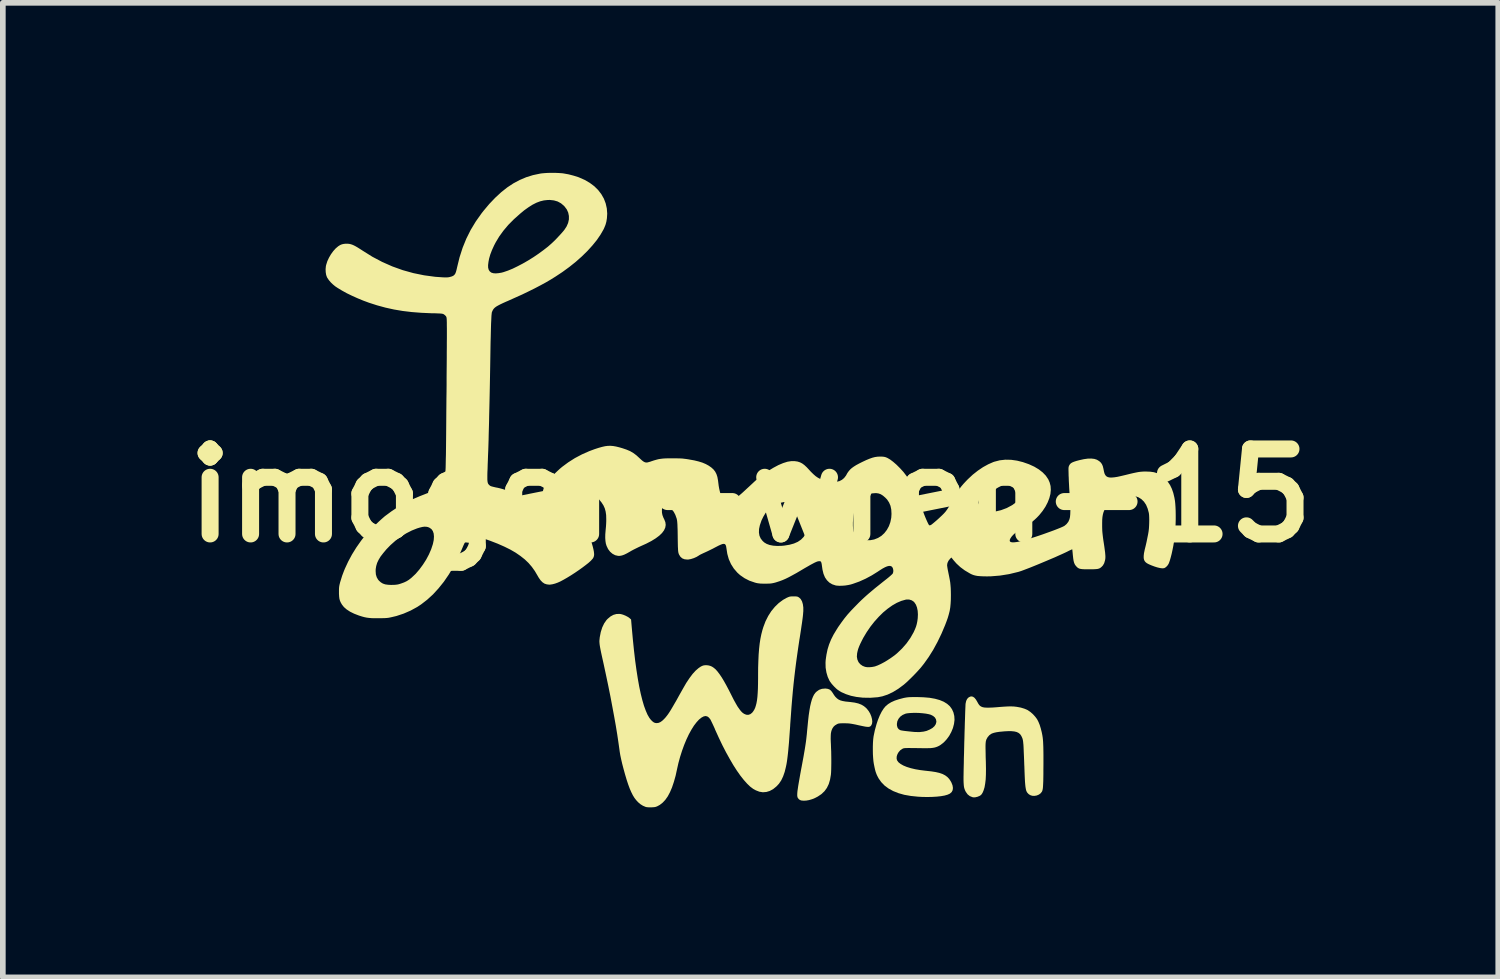
<source format=kicad_pcb>
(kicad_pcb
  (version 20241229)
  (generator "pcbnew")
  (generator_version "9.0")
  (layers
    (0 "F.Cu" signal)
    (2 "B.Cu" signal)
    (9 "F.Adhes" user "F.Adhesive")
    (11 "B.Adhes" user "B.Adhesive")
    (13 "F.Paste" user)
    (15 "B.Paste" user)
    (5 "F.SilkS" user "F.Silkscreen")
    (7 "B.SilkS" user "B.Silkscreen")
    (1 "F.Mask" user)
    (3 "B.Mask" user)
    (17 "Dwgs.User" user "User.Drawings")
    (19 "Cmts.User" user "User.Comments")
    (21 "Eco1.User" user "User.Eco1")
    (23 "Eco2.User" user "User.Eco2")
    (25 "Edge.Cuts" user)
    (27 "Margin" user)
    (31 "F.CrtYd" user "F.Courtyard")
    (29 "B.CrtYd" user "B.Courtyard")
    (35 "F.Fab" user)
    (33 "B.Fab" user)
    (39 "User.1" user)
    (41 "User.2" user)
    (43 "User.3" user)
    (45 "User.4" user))
  (footprint "imogen-wren-15"
    (layer "F.Cu")
    (at 10.193 5.693)
    (property "Reference" "imogen-wren-15" (at 0 0 0) (layer "F.SilkS") (effects (font (size 1.5 1.5) (thickness 0.3))))
    (attr board_only exclude_from_pos_files exclude_from_bom)
    (fp_poly (pts (xy 1.324 3.406) (xy 1.365 3.412) (xy 1.397 3.425) (xy 1.423 3.447) (xy 1.448 3.481) (xy 1.474 3.522) (xy 1.499 3.555) (xy 1.525 3.58) (xy 1.553 3.6) (xy 1.585 3.615) (xy 1.625 3.626) (xy 1.674 3.635) (xy 1.733 3.641) (xy 1.762 3.644) (xy 1.837 3.654) (xy 1.901 3.669) (xy 1.955 3.69) (xy 2.002 3.718) (xy 2.044 3.754) (xy 2.054 3.765) (xy 2.086 3.806) (xy 2.112 3.851) (xy 2.131 3.898) (xy 2.143 3.944) (xy 2.148 3.987) (xy 2.144 4.024) (xy 2.132 4.052) (xy 2.122 4.065) (xy 2.112 4.074) (xy 2.098 4.08) (xy 2.081 4.083) (xy 2.057 4.082) (xy 2.025 4.078) (xy 1.984 4.07) (xy 1.932 4.059) (xy 1.908 4.054) (xy 1.856 4.042) (xy 1.815 4.034) (xy 1.782 4.028) (xy 1.754 4.024) (xy 1.728 4.021) (xy 1.702 4.02) (xy 1.672 4.019) (xy 1.653 4.019) (xy 1.613 4.019) (xy 1.584 4.02) (xy 1.564 4.022) (xy 1.548 4.025) (xy 1.534 4.03) (xy 1.523 4.036) (xy 1.49 4.056) (xy 1.466 4.078) (xy 1.447 4.106) (xy 1.442 4.115) (xy 1.431 4.141) (xy 1.423 4.169) (xy 1.417 4.203) (xy 1.415 4.243) (xy 1.414 4.292) (xy 1.416 4.351) (xy 1.418 4.388) (xy 1.42 4.45) (xy 1.423 4.516) (xy 1.424 4.585) (xy 1.425 4.655) (xy 1.425 4.722) (xy 1.424 4.784) (xy 1.423 4.84) (xy 1.421 4.887) (xy 1.418 4.922) (xy 1.418 4.925) (xy 1.403 5.013) (xy 1.38 5.091) (xy 1.347 5.159) (xy 1.304 5.218) (xy 1.25 5.269) (xy 1.186 5.312) (xy 1.14 5.336) (xy 1.087 5.358) (xy 1.033 5.374) (xy 0.982 5.383) (xy 0.935 5.385) (xy 0.895 5.381) (xy 0.871 5.372) (xy 0.851 5.357) (xy 0.835 5.337) (xy 0.834 5.335) (xy 0.829 5.324) (xy 0.826 5.311) (xy 0.824 5.295) (xy 0.824 5.274) (xy 0.825 5.247) (xy 0.828 5.214) (xy 0.834 5.174) (xy 0.841 5.125) (xy 0.851 5.066) (xy 0.863 4.998) (xy 0.877 4.918) (xy 0.894 4.825) (xy 0.902 4.784) (xy 0.919 4.692) (xy 0.934 4.612) (xy 0.946 4.541) (xy 0.957 4.478) (xy 0.966 4.421) (xy 0.974 4.368) (xy 0.981 4.317) (xy 0.987 4.265) (xy 0.993 4.211) (xy 0.998 4.153) (xy 1.004 4.093) (xy 1.015 3.98) (xy 1.026 3.881) (xy 1.039 3.794) (xy 1.052 3.718) (xy 1.067 3.654) (xy 1.083 3.598) (xy 1.101 3.552) (xy 1.12 3.514) (xy 1.142 3.483) (xy 1.164 3.461) (xy 1.209 3.429) (xy 1.26 3.411) (xy 1.316 3.406)) (stroke (width 0) (type solid)) (fill yes) (layer "F.SilkS"))
    (fp_poly (pts (xy 3.051 3.56) (xy 3.158 3.569) (xy 3.254 3.586) (xy 3.337 3.609) (xy 3.409 3.639) (xy 3.469 3.676) (xy 3.517 3.719) (xy 3.554 3.77) (xy 3.58 3.828) (xy 3.595 3.891) (xy 3.599 3.959) (xy 3.59 4.03) (xy 3.571 4.103) (xy 3.542 4.173) (xy 3.505 4.241) (xy 3.46 4.302) (xy 3.41 4.356) (xy 3.354 4.4) (xy 3.32 4.42) (xy 3.294 4.432) (xy 3.269 4.441) (xy 3.243 4.448) (xy 3.213 4.453) (xy 3.177 4.457) (xy 3.134 4.458) (xy 3.081 4.459) (xy 3.016 4.458) (xy 3.015 4.458) (xy 2.942 4.457) (xy 2.881 4.456) (xy 2.832 4.456) (xy 2.792 4.455) (xy 2.761 4.456) (xy 2.738 4.456) (xy 2.72 4.458) (xy 2.707 4.459) (xy 2.697 4.462) (xy 2.689 4.465) (xy 2.681 4.469) (xy 2.678 4.47) (xy 2.643 4.494) (xy 2.614 4.526) (xy 2.593 4.562) (xy 2.58 4.599) (xy 2.577 4.637) (xy 2.584 4.67) (xy 2.587 4.675) (xy 2.61 4.707) (xy 2.647 4.736) (xy 2.696 4.764) (xy 2.756 4.789) (xy 2.827 4.811) (xy 2.907 4.83) (xy 2.996 4.845) (xy 3.092 4.857) (xy 3.103 4.858) (xy 3.192 4.868) (xy 3.268 4.88) (xy 3.333 4.895) (xy 3.388 4.914) (xy 3.434 4.938) (xy 3.473 4.967) (xy 3.505 5.001) (xy 3.532 5.042) (xy 3.545 5.066) (xy 3.564 5.115) (xy 3.571 5.16) (xy 3.566 5.199) (xy 3.549 5.232) (xy 3.52 5.258) (xy 3.516 5.261) (xy 3.476 5.279) (xy 3.424 5.294) (xy 3.361 5.305) (xy 3.288 5.313) (xy 3.206 5.318) (xy 3.116 5.32) (xy 3.021 5.318) (xy 2.952 5.314) (xy 2.827 5.301) (xy 2.713 5.281) (xy 2.61 5.252) (xy 2.517 5.215) (xy 2.435 5.17) (xy 2.365 5.118) (xy 2.306 5.057) (xy 2.258 4.989) (xy 2.243 4.96) (xy 2.228 4.93) (xy 2.217 4.902) (xy 2.207 4.874) (xy 2.198 4.841) (xy 2.189 4.802) (xy 2.179 4.753) (xy 2.175 4.733) (xy 2.168 4.686) (xy 2.163 4.629) (xy 2.159 4.565) (xy 2.158 4.497) (xy 2.158 4.429) (xy 2.16 4.364) (xy 2.164 4.305) (xy 2.17 4.256) (xy 2.172 4.244) (xy 2.193 4.143) (xy 2.219 4.049) (xy 2.224 4.031) (xy 2.582 4.031) (xy 2.584 4.063) (xy 2.595 4.099) (xy 2.616 4.125) (xy 2.644 4.141) (xy 2.661 4.145) (xy 2.69 4.15) (xy 2.728 4.155) (xy 2.772 4.16) (xy 2.819 4.165) (xy 2.868 4.17) (xy 2.906 4.173) (xy 2.983 4.174) (xy 3.053 4.166) (xy 3.107 4.153) (xy 3.163 4.129) (xy 3.21 4.102) (xy 3.245 4.07) (xy 3.268 4.035) (xy 3.278 3.998) (xy 3.279 3.988) (xy 3.272 3.95) (xy 3.253 3.917) (xy 3.222 3.89) (xy 3.181 3.869) (xy 3.147 3.859) (xy 3.095 3.849) (xy 3.037 3.842) (xy 2.976 3.837) (xy 2.915 3.835) (xy 2.856 3.836) (xy 2.803 3.839) (xy 2.759 3.844) (xy 2.733 3.85) (xy 2.683 3.872) (xy 2.642 3.902) (xy 2.611 3.94) (xy 2.59 3.983) (xy 2.582 4.031) (xy 2.224 4.031) (xy 2.247 3.962) (xy 2.279 3.883) (xy 2.313 3.815) (xy 2.349 3.759) (xy 2.383 3.718) (xy 2.427 3.681) (xy 2.48 3.648) (xy 2.544 3.619) (xy 2.62 3.594) (xy 2.704 3.572) (xy 2.73 3.567) (xy 2.754 3.563) (xy 2.779 3.56) (xy 2.807 3.558) (xy 2.841 3.557) (xy 2.884 3.556) (xy 2.931 3.556)) (stroke (width 0) (type solid)) (fill yes) (layer "F.SilkS"))
    (fp_poly (pts (xy 3.925 3.551) (xy 3.952 3.57) (xy 3.978 3.602) (xy 4.003 3.645) (xy 4.018 3.672) (xy 4.033 3.694) (xy 4.05 3.712) (xy 4.071 3.725) (xy 4.096 3.735) (xy 4.127 3.741) (xy 4.166 3.743) (xy 4.213 3.743) (xy 4.271 3.741) (xy 4.341 3.736) (xy 4.386 3.732) (xy 4.468 3.726) (xy 4.537 3.722) (xy 4.596 3.721) (xy 4.647 3.723) (xy 4.691 3.728) (xy 4.693 3.728) (xy 4.768 3.742) (xy 4.831 3.761) (xy 4.887 3.785) (xy 4.936 3.818) (xy 4.983 3.859) (xy 4.985 3.861) (xy 5.023 3.903) (xy 5.055 3.946) (xy 5.08 3.994) (xy 5.102 4.048) (xy 5.122 4.113) (xy 5.128 4.138) (xy 5.137 4.173) (xy 5.144 4.206) (xy 5.15 4.238) (xy 5.155 4.271) (xy 5.159 4.307) (xy 5.162 4.346) (xy 5.164 4.39) (xy 5.166 4.441) (xy 5.167 4.5) (xy 5.168 4.568) (xy 5.168 4.648) (xy 5.168 4.74) (xy 5.168 4.746) (xy 5.167 4.837) (xy 5.167 4.916) (xy 5.166 4.982) (xy 5.165 5.038) (xy 5.163 5.084) (xy 5.161 5.122) (xy 5.159 5.152) (xy 5.156 5.176) (xy 5.152 5.195) (xy 5.148 5.21) (xy 5.143 5.222) (xy 5.143 5.223) (xy 5.119 5.254) (xy 5.088 5.277) (xy 5.05 5.293) (xy 5.009 5.3) (xy 4.969 5.298) (xy 4.933 5.286) (xy 4.905 5.267) (xy 4.894 5.255) (xy 4.883 5.243) (xy 4.875 5.23) (xy 4.867 5.214) (xy 4.861 5.195) (xy 4.856 5.17) (xy 4.851 5.14) (xy 4.847 5.103) (xy 4.843 5.057) (xy 4.84 5.002) (xy 4.837 4.937) (xy 4.834 4.86) (xy 4.831 4.77) (xy 4.83 4.76) (xy 4.827 4.671) (xy 4.824 4.596) (xy 4.821 4.532) (xy 4.819 4.479) (xy 4.817 4.435) (xy 4.815 4.399) (xy 4.812 4.37) (xy 4.81 4.346) (xy 4.807 4.328) (xy 4.805 4.313) (xy 4.801 4.3) (xy 4.798 4.288) (xy 4.794 4.277) (xy 4.777 4.241) (xy 4.756 4.211) (xy 4.729 4.189) (xy 4.696 4.173) (xy 4.654 4.163) (xy 4.602 4.158) (xy 4.54 4.158) (xy 4.466 4.162) (xy 4.461 4.163) (xy 4.394 4.169) (xy 4.339 4.177) (xy 4.295 4.187) (xy 4.26 4.199) (xy 4.248 4.205) (xy 4.214 4.229) (xy 4.184 4.263) (xy 4.162 4.303) (xy 4.159 4.311) (xy 4.155 4.325) (xy 4.151 4.341) (xy 4.149 4.36) (xy 4.147 4.384) (xy 4.146 4.415) (xy 4.146 4.452) (xy 4.147 4.499) (xy 4.148 4.555) (xy 4.149 4.623) (xy 4.152 4.703) (xy 4.152 4.714) (xy 4.154 4.825) (xy 4.153 4.924) (xy 4.149 5.01) (xy 4.14 5.084) (xy 4.129 5.147) (xy 4.113 5.2) (xy 4.098 5.237) (xy 4.083 5.263) (xy 4.069 5.281) (xy 4.051 5.295) (xy 4.04 5.301) (xy 4.004 5.316) (xy 3.964 5.325) (xy 3.926 5.325) (xy 3.914 5.322) (xy 3.869 5.304) (xy 3.83 5.273) (xy 3.799 5.23) (xy 3.788 5.209) (xy 3.781 5.192) (xy 3.775 5.176) (xy 3.77 5.159) (xy 3.766 5.14) (xy 3.763 5.117) (xy 3.761 5.09) (xy 3.759 5.057) (xy 3.758 5.016) (xy 3.758 4.968) (xy 3.759 4.909) (xy 3.76 4.839) (xy 3.762 4.758) (xy 3.763 4.722) (xy 3.764 4.636) (xy 3.767 4.546) (xy 3.769 4.455) (xy 3.771 4.363) (xy 3.774 4.273) (xy 3.776 4.184) (xy 3.779 4.098) (xy 3.781 4.016) (xy 3.784 3.94) (xy 3.786 3.871) (xy 3.788 3.81) (xy 3.79 3.758) (xy 3.792 3.716) (xy 3.793 3.686) (xy 3.795 3.669) (xy 3.795 3.668) (xy 3.805 3.624) (xy 3.822 3.589) (xy 3.847 3.563) (xy 3.877 3.548) (xy 3.899 3.545)) (stroke (width 0) (type solid)) (fill yes) (layer "F.SilkS"))
    (fp_poly (pts (xy 0.791 1.78) (xy 0.813 1.782) (xy 0.829 1.785) (xy 0.843 1.792) (xy 0.855 1.799) (xy 0.885 1.827) (xy 0.908 1.867) (xy 0.923 1.917) (xy 0.931 1.976) (xy 0.931 2.044) (xy 0.93 2.05) (xy 0.928 2.076) (xy 0.926 2.102) (xy 0.923 2.131) (xy 0.919 2.164) (xy 0.914 2.201) (xy 0.908 2.246) (xy 0.9 2.298) (xy 0.891 2.36) (xy 0.88 2.432) (xy 0.867 2.516) (xy 0.863 2.538) (xy 0.842 2.678) (xy 0.823 2.811) (xy 0.805 2.94) (xy 0.789 3.065) (xy 0.774 3.191) (xy 0.76 3.317) (xy 0.747 3.447) (xy 0.735 3.582) (xy 0.723 3.725) (xy 0.712 3.878) (xy 0.7 4.042) (xy 0.699 4.068) (xy 0.691 4.178) (xy 0.684 4.275) (xy 0.678 4.36) (xy 0.671 4.435) (xy 0.665 4.501) (xy 0.659 4.559) (xy 0.653 4.611) (xy 0.647 4.658) (xy 0.641 4.7) (xy 0.634 4.741) (xy 0.626 4.779) (xy 0.625 4.785) (xy 0.602 4.878) (xy 0.574 4.958) (xy 0.541 5.027) (xy 0.501 5.086) (xy 0.456 5.134) (xy 0.398 5.181) (xy 0.339 5.213) (xy 0.279 5.231) (xy 0.217 5.236) (xy 0.155 5.226) (xy 0.093 5.202) (xy 0.046 5.176) (xy -0.006 5.137) (xy -0.061 5.084) (xy -0.119 5.019) (xy -0.179 4.943) (xy -0.241 4.855) (xy -0.304 4.757) (xy -0.367 4.649) (xy -0.432 4.532) (xy -0.497 4.406) (xy -0.561 4.272) (xy -0.625 4.131) (xy -0.63 4.117) (xy -0.649 4.075) (xy -0.668 4.034) (xy -0.685 3.999) (xy -0.699 3.97) (xy -0.708 3.952) (xy -0.709 3.951) (xy -0.735 3.918) (xy -0.763 3.898) (xy -0.794 3.891) (xy -0.827 3.898) (xy -0.865 3.918) (xy -0.906 3.951) (xy -0.907 3.951) (xy -0.952 4) (xy -0.999 4.061) (xy -1.044 4.133) (xy -1.089 4.215) (xy -1.132 4.306) (xy -1.172 4.403) (xy -1.209 4.505) (xy -1.243 4.612) (xy -1.273 4.722) (xy -1.295 4.82) (xy -1.322 4.944) (xy -1.353 5.054) (xy -1.386 5.152) (xy -1.422 5.236) (xy -1.461 5.309) (xy -1.504 5.37) (xy -1.551 5.42) (xy -1.601 5.459) (xy -1.643 5.482) (xy -1.665 5.491) (xy -1.686 5.497) (xy -1.713 5.5) (xy -1.748 5.502) (xy -1.752 5.502) (xy -1.795 5.502) (xy -1.83 5.499) (xy -1.85 5.495) (xy -1.899 5.474) (xy -1.944 5.446) (xy -1.986 5.41) (xy -2.018 5.375) (xy -2.048 5.336) (xy -2.077 5.289) (xy -2.104 5.235) (xy -2.132 5.171) (xy -2.159 5.098) (xy -2.187 5.013) (xy -2.215 4.918) (xy -2.242 4.82) (xy -2.265 4.732) (xy -2.283 4.654) (xy -2.298 4.583) (xy -2.309 4.517) (xy -2.313 4.486) (xy -2.331 4.358) (xy -2.352 4.217) (xy -2.377 4.064) (xy -2.406 3.901) (xy -2.438 3.729) (xy -2.472 3.548) (xy -2.51 3.359) (xy -2.551 3.164) (xy -2.594 2.964) (xy -2.623 2.834) (xy -2.637 2.769) (xy -2.648 2.715) (xy -2.656 2.672) (xy -2.662 2.635) (xy -2.665 2.605) (xy -2.667 2.577) (xy -2.666 2.552) (xy -2.663 2.525) (xy -2.661 2.503) (xy -2.643 2.41) (xy -2.617 2.328) (xy -2.583 2.257) (xy -2.542 2.198) (xy -2.521 2.176) (xy -2.471 2.134) (xy -2.42 2.106) (xy -2.367 2.091) (xy -2.311 2.089) (xy -2.285 2.093) (xy -2.249 2.103) (xy -2.207 2.12) (xy -2.167 2.141) (xy -2.134 2.164) (xy -2.13 2.168) (xy -2.108 2.187) (xy -2.096 2.327) (xy -2.077 2.536) (xy -2.057 2.731) (xy -2.036 2.912) (xy -2.013 3.079) (xy -1.989 3.233) (xy -1.964 3.373) (xy -1.937 3.5) (xy -1.909 3.612) (xy -1.88 3.711) (xy -1.849 3.796) (xy -1.818 3.867) (xy -1.785 3.924) (xy -1.757 3.96) (xy -1.728 3.988) (xy -1.703 4.006) (xy -1.677 4.014) (xy -1.657 4.016) (xy -1.624 4.012) (xy -1.593 3.999) (xy -1.561 3.977) (xy -1.541 3.959) (xy -1.52 3.938) (xy -1.499 3.915) (xy -1.479 3.89) (xy -1.457 3.861) (xy -1.434 3.827) (xy -1.408 3.786) (xy -1.379 3.737) (xy -1.346 3.68) (xy -1.307 3.613) (xy -1.264 3.535) (xy -1.237 3.487) (xy -1.21 3.439) (xy -1.185 3.395) (xy -1.162 3.355) (xy -1.144 3.324) (xy -1.133 3.305) (xy -1.076 3.22) (xy -1.022 3.148) (xy -0.969 3.09) (xy -0.917 3.045) (xy -0.877 3.018) (xy -0.85 3.005) (xy -0.828 2.998) (xy -0.804 2.995) (xy -0.783 2.994) (xy -0.748 2.997) (xy -0.714 3.005) (xy -0.681 3.019) (xy -0.649 3.04) (xy -0.616 3.068) (xy -0.583 3.105) (xy -0.548 3.151) (xy -0.51 3.207) (xy -0.47 3.273) (xy -0.427 3.35) (xy -0.38 3.439) (xy -0.334 3.53) (xy -0.295 3.607) (xy -0.259 3.672) (xy -0.228 3.725) (xy -0.198 3.768) (xy -0.171 3.803) (xy -0.146 3.829) (xy -0.12 3.848) (xy -0.114 3.852) (xy -0.076 3.868) (xy -0.039 3.87) (xy -0.004 3.858) (xy 0.028 3.833) (xy 0.049 3.806) (xy 0.067 3.777) (xy 0.082 3.744) (xy 0.094 3.706) (xy 0.105 3.663) (xy 0.114 3.613) (xy 0.121 3.555) (xy 0.126 3.488) (xy 0.13 3.411) (xy 0.132 3.322) (xy 0.133 3.222) (xy 0.133 3.17) (xy 0.134 3.036) (xy 0.138 2.914) (xy 0.143 2.804) (xy 0.151 2.704) (xy 0.161 2.613) (xy 0.174 2.528) (xy 0.19 2.45) (xy 0.209 2.376) (xy 0.226 2.321) (xy 0.264 2.22) (xy 0.312 2.125) (xy 0.367 2.039) (xy 0.43 1.963) (xy 0.498 1.897) (xy 0.572 1.842) (xy 0.636 1.806) (xy 0.663 1.794) (xy 0.684 1.786) (xy 0.705 1.782) (xy 0.729 1.78) (xy 0.759 1.78)) (stroke (width 0) (type solid)) (fill yes) (layer "F.SilkS"))
    (fp_poly (pts (xy -3.446 -5.693) (xy -3.381 -5.69) (xy -3.324 -5.686) (xy -3.301 -5.683) (xy -3.212 -5.667) (xy -3.123 -5.644) (xy -3.04 -5.618) (xy -3.025 -5.612) (xy -2.925 -5.568) (xy -2.836 -5.516) (xy -2.757 -5.457) (xy -2.689 -5.39) (xy -2.633 -5.317) (xy -2.588 -5.238) (xy -2.556 -5.154) (xy -2.536 -5.065) (xy -2.529 -4.973) (xy -2.534 -4.893) (xy -2.544 -4.831) (xy -2.56 -4.774) (xy -2.584 -4.716) (xy -2.594 -4.695) (xy -2.647 -4.603) (xy -2.712 -4.508) (xy -2.79 -4.412) (xy -2.878 -4.315) (xy -2.976 -4.219) (xy -3.083 -4.124) (xy -3.198 -4.032) (xy -3.32 -3.943) (xy -3.441 -3.863) (xy -3.526 -3.81) (xy -3.615 -3.758) (xy -3.709 -3.707) (xy -3.808 -3.655) (xy -3.915 -3.602) (xy -4.031 -3.546) (xy -4.158 -3.489) (xy -4.296 -3.427) (xy -4.307 -3.423) (xy -4.369 -3.395) (xy -4.419 -3.371) (xy -4.459 -3.35) (xy -4.491 -3.331) (xy -4.515 -3.312) (xy -4.533 -3.293) (xy -4.547 -3.272) (xy -4.558 -3.248) (xy -4.563 -3.236) (xy -4.566 -3.225) (xy -4.568 -3.205) (xy -4.571 -3.178) (xy -4.573 -3.141) (xy -4.575 -3.095) (xy -4.578 -3.039) (xy -4.58 -2.973) (xy -4.582 -2.895) (xy -4.584 -2.806) (xy -4.587 -2.704) (xy -4.589 -2.589) (xy -4.591 -2.461) (xy -4.591 -2.457) (xy -4.594 -2.272) (xy -4.597 -2.101) (xy -4.6 -1.941) (xy -4.603 -1.793) (xy -4.606 -1.655) (xy -4.609 -1.526) (xy -4.612 -1.405) (xy -4.614 -1.291) (xy -4.617 -1.184) (xy -4.62 -1.082) (xy -4.622 -0.984) (xy -4.625 -0.89) (xy -4.628 -0.798) (xy -4.632 -0.708) (xy -4.635 -0.618) (xy -4.638 -0.546) (xy -4.64 -0.471) (xy -4.643 -0.408) (xy -4.644 -0.356) (xy -4.644 -0.314) (xy -4.644 -0.281) (xy -4.642 -0.255) (xy -4.639 -0.235) (xy -4.635 -0.22) (xy -4.63 -0.208) (xy -4.623 -0.198) (xy -4.614 -0.188) (xy -4.604 -0.179) (xy -4.594 -0.171) (xy -4.579 -0.164) (xy -4.559 -0.158) (xy -4.531 -0.151) (xy -4.493 -0.142) (xy -4.465 -0.137) (xy -4.422 -0.127) (xy -4.382 -0.116) (xy -4.341 -0.104) (xy -4.299 -0.088) (xy -4.252 -0.069) (xy -4.199 -0.046) (xy -4.137 -0.017) (xy -4.079 0.011) (xy -4.007 0.045) (xy -3.946 0.073) (xy -3.896 0.096) (xy -3.855 0.114) (xy -3.821 0.127) (xy -3.795 0.135) (xy -3.774 0.139) (xy -3.757 0.14) (xy -3.744 0.137) (xy -3.733 0.131) (xy -3.728 0.128) (xy -3.719 0.115) (xy -3.708 0.09) (xy -3.696 0.055) (xy -3.684 0.012) (xy -3.672 -0.037) (xy -3.661 -0.088) (xy -3.644 -0.149) (xy -3.618 -0.204) (xy -3.587 -0.25) (xy -3.569 -0.271) (xy -3.543 -0.299) (xy -3.511 -0.332) (xy -3.474 -0.368) (xy -3.436 -0.405) (xy -3.398 -0.441) (xy -3.363 -0.473) (xy -3.332 -0.499) (xy -3.325 -0.505) (xy -3.217 -0.585) (xy -3.099 -0.66) (xy -2.974 -0.726) (xy -2.845 -0.783) (xy -2.751 -0.818) (xy -2.68 -0.841) (xy -2.619 -0.858) (xy -2.566 -0.87) (xy -2.518 -0.876) (xy -2.471 -0.877) (xy -2.423 -0.873) (xy -2.372 -0.864) (xy -2.315 -0.85) (xy -2.263 -0.835) (xy -2.189 -0.81) (xy -2.125 -0.783) (xy -2.069 -0.75) (xy -2.016 -0.711) (xy -1.982 -0.68) (xy -1.943 -0.644) (xy -1.913 -0.617) (xy -1.887 -0.598) (xy -1.865 -0.587) (xy -1.844 -0.582) (xy -1.821 -0.583) (xy -1.794 -0.59) (xy -1.76 -0.6) (xy -1.753 -0.603) (xy -1.705 -0.619) (xy -1.663 -0.631) (xy -1.624 -0.641) (xy -1.586 -0.647) (xy -1.545 -0.652) (xy -1.498 -0.655) (xy -1.444 -0.656) (xy -1.378 -0.656) (xy -1.376 -0.656) (xy -1.319 -0.656) (xy -1.273 -0.655) (xy -1.234 -0.654) (xy -1.2 -0.652) (xy -1.168 -0.648) (xy -1.135 -0.644) (xy -1.096 -0.638) (xy -1.086 -0.636) (xy -0.995 -0.62) (xy -0.917 -0.601) (xy -0.849 -0.58) (xy -0.79 -0.555) (xy -0.739 -0.527) (xy -0.693 -0.495) (xy -0.655 -0.461) (xy -0.625 -0.423) (xy -0.602 -0.379) (xy -0.585 -0.327) (xy -0.574 -0.266) (xy -0.568 -0.219) (xy -0.562 -0.171) (xy -0.553 -0.12) (xy -0.541 -0.068) (xy -0.528 -0.018) (xy -0.513 0.029) (xy -0.498 0.07) (xy -0.483 0.102) (xy -0.47 0.123) (xy -0.467 0.126) (xy -0.449 0.137) (xy -0.427 0.139) (xy -0.398 0.132) (xy -0.363 0.115) (xy -0.333 0.097) (xy -0.298 0.075) (xy -0.265 0.051) (xy -0.23 0.025) (xy -0.193 -0.006) (xy -0.151 -0.042) (xy -0.104 -0.085) (xy -0.049 -0.136) (xy -0.025 -0.158) (xy 0.031 -0.21) (xy 0.078 -0.254) (xy 0.119 -0.29) (xy 0.157 -0.322) (xy 0.192 -0.35) (xy 0.228 -0.377) (xy 0.265 -0.403) (xy 0.305 -0.43) (xy 0.402 -0.489) (xy 0.492 -0.537) (xy 0.575 -0.572) (xy 0.651 -0.596) (xy 0.721 -0.607) (xy 0.782 -0.606) (xy 0.83 -0.599) (xy 0.873 -0.585) (xy 0.912 -0.565) (xy 0.95 -0.537) (xy 0.991 -0.499) (xy 1.019 -0.469) (xy 1.067 -0.417) (xy 1.11 -0.375) (xy 1.149 -0.341) (xy 1.187 -0.315) (xy 1.226 -0.294) (xy 1.268 -0.276) (xy 1.316 -0.262) (xy 1.327 -0.259) (xy 1.375 -0.249) (xy 1.427 -0.243) (xy 1.479 -0.242) (xy 1.526 -0.245) (xy 1.565 -0.253) (xy 1.57 -0.255) (xy 1.613 -0.277) (xy 1.651 -0.309) (xy 1.683 -0.35) (xy 1.688 -0.359) (xy 1.709 -0.397) (xy 1.732 -0.429) (xy 1.757 -0.458) (xy 1.786 -0.484) (xy 1.822 -0.51) (xy 1.865 -0.537) (xy 1.919 -0.566) (xy 1.973 -0.593) (xy 2.041 -0.625) (xy 2.099 -0.649) (xy 2.15 -0.667) (xy 2.197 -0.679) (xy 2.242 -0.685) (xy 2.286 -0.687) (xy 2.303 -0.687) (xy 2.338 -0.685) (xy 2.364 -0.681) (xy 2.387 -0.675) (xy 2.412 -0.664) (xy 2.415 -0.663) (xy 2.463 -0.635) (xy 2.516 -0.595) (xy 2.576 -0.543) (xy 2.641 -0.478) (xy 2.642 -0.477) (xy 2.699 -0.414) (xy 2.751 -0.346) (xy 2.801 -0.272) (xy 2.848 -0.191) (xy 2.894 -0.101) (xy 2.938 -0.001) (xy 2.983 0.11) (xy 3.028 0.234) (xy 3.033 0.249) (xy 3.049 0.294) (xy 3.066 0.34) (xy 3.084 0.385) (xy 3.102 0.427) (xy 3.119 0.465) (xy 3.134 0.496) (xy 3.147 0.519) (xy 3.155 0.532) (xy 3.159 0.534) (xy 3.17 0.529) (xy 3.189 0.516) (xy 3.215 0.496) (xy 3.245 0.471) (xy 3.279 0.442) (xy 3.314 0.411) (xy 3.348 0.379) (xy 3.38 0.349) (xy 3.409 0.32) (xy 3.431 0.296) (xy 3.442 0.283) (xy 3.459 0.26) (xy 3.475 0.237) (xy 3.49 0.214) (xy 3.507 0.186) (xy 3.526 0.153) (xy 3.541 0.126) (xy 4.025 0.126) (xy 4.033 0.169) (xy 4.048 0.201) (xy 4.074 0.231) (xy 4.112 0.257) (xy 4.158 0.278) (xy 4.211 0.29) (xy 4.241 0.294) (xy 4.253 0.293) (xy 4.275 0.29) (xy 4.302 0.286) (xy 4.313 0.284) (xy 4.419 0.259) (xy 4.521 0.221) (xy 4.616 0.17) (xy 4.625 0.164) (xy 4.679 0.124) (xy 4.723 0.079) (xy 4.758 0.031) (xy 4.781 -0.018) (xy 4.792 -0.068) (xy 4.791 -0.117) (xy 4.79 -0.123) (xy 4.775 -0.171) (xy 4.753 -0.209) (xy 4.723 -0.238) (xy 4.684 -0.256) (xy 4.637 -0.265) (xy 4.581 -0.264) (xy 4.515 -0.254) (xy 4.438 -0.234) (xy 4.426 -0.231) (xy 4.349 -0.204) (xy 4.279 -0.172) (xy 4.215 -0.135) (xy 4.159 -0.095) (xy 4.112 -0.053) (xy 4.075 -0.008) (xy 4.047 0.037) (xy 4.031 0.082) (xy 4.025 0.126) (xy 3.541 0.126) (xy 3.55 0.111) (xy 3.571 0.071) (xy 3.611 0.001) (xy 3.647 -0.059) (xy 3.682 -0.112) (xy 3.719 -0.161) (xy 3.759 -0.208) (xy 3.804 -0.256) (xy 3.834 -0.287) (xy 3.921 -0.368) (xy 4.011 -0.439) (xy 4.103 -0.501) (xy 4.194 -0.551) (xy 4.283 -0.59) (xy 4.304 -0.597) (xy 4.397 -0.621) (xy 4.495 -0.632) (xy 4.598 -0.63) (xy 4.703 -0.615) (xy 4.806 -0.589) (xy 4.912 -0.552) (xy 5.006 -0.509) (xy 5.086 -0.461) (xy 5.154 -0.408) (xy 5.21 -0.35) (xy 5.253 -0.286) (xy 5.278 -0.229) (xy 5.294 -0.167) (xy 5.298 -0.099) (xy 5.291 -0.027) (xy 5.272 0.047) (xy 5.242 0.123) (xy 5.203 0.198) (xy 5.153 0.273) (xy 5.094 0.346) (xy 5.052 0.39) (xy 5.019 0.421) (xy 4.987 0.449) (xy 4.952 0.476) (xy 4.912 0.504) (xy 4.865 0.534) (xy 4.82 0.562) (xy 4.75 0.605) (xy 4.694 0.644) (xy 4.649 0.68) (xy 4.616 0.714) (xy 4.606 0.726) (xy 4.584 0.759) (xy 4.573 0.786) (xy 4.575 0.806) (xy 4.588 0.82) (xy 4.614 0.826) (xy 4.652 0.826) (xy 4.703 0.82) (xy 4.766 0.807) (xy 4.788 0.801) (xy 4.837 0.788) (xy 4.894 0.771) (xy 4.957 0.751) (xy 5.024 0.73) (xy 5.093 0.707) (xy 5.163 0.683) (xy 5.232 0.658) (xy 5.299 0.634) (xy 5.361 0.611) (xy 5.417 0.589) (xy 5.465 0.57) (xy 5.504 0.553) (xy 5.532 0.539) (xy 5.539 0.535) (xy 5.576 0.504) (xy 5.607 0.464) (xy 5.627 0.419) (xy 5.636 0.382) (xy 5.641 0.332) (xy 5.643 0.271) (xy 5.643 0.201) (xy 5.639 0.122) (xy 5.638 0.113) (xy 5.633 0.033) (xy 5.629 -0.035) (xy 5.625 -0.093) (xy 5.622 -0.142) (xy 5.62 -0.184) (xy 5.618 -0.221) (xy 5.616 -0.255) (xy 5.615 -0.287) (xy 5.614 -0.32) (xy 5.612 -0.354) (xy 5.612 -0.365) (xy 5.611 -0.412) (xy 5.61 -0.448) (xy 5.61 -0.474) (xy 5.611 -0.492) (xy 5.613 -0.506) (xy 5.617 -0.517) (xy 5.622 -0.528) (xy 5.624 -0.534) (xy 5.637 -0.553) (xy 5.653 -0.569) (xy 5.676 -0.583) (xy 5.707 -0.596) (xy 5.747 -0.609) (xy 5.799 -0.623) (xy 5.88 -0.641) (xy 5.951 -0.651) (xy 6.013 -0.652) (xy 6.066 -0.646) (xy 6.112 -0.631) (xy 6.151 -0.607) (xy 6.155 -0.604) (xy 6.181 -0.58) (xy 6.2 -0.553) (xy 6.215 -0.519) (xy 6.226 -0.475) (xy 6.23 -0.454) (xy 6.238 -0.415) (xy 6.248 -0.382) (xy 6.262 -0.357) (xy 6.28 -0.338) (xy 6.304 -0.325) (xy 6.334 -0.318) (xy 6.372 -0.317) (xy 6.419 -0.321) (xy 6.476 -0.33) (xy 6.543 -0.345) (xy 6.623 -0.364) (xy 6.627 -0.365) (xy 6.695 -0.382) (xy 6.751 -0.395) (xy 6.798 -0.405) (xy 6.839 -0.413) (xy 6.874 -0.418) (xy 6.908 -0.421) (xy 6.941 -0.423) (xy 6.976 -0.423) (xy 6.978 -0.423) (xy 7.053 -0.42) (xy 7.117 -0.411) (xy 7.173 -0.394) (xy 7.225 -0.369) (xy 7.273 -0.335) (xy 7.316 -0.296) (xy 7.363 -0.242) (xy 7.402 -0.184) (xy 7.433 -0.12) (xy 7.459 -0.046) (xy 7.479 0.038) (xy 7.489 0.096) (xy 7.494 0.145) (xy 7.498 0.204) (xy 7.501 0.272) (xy 7.502 0.345) (xy 7.502 0.422) (xy 7.5 0.498) (xy 7.497 0.572) (xy 7.493 0.641) (xy 7.488 0.702) (xy 7.485 0.727) (xy 7.473 0.807) (xy 7.46 0.886) (xy 7.445 0.961) (xy 7.43 1.03) (xy 7.414 1.092) (xy 7.399 1.145) (xy 7.384 1.187) (xy 7.375 1.208) (xy 7.354 1.239) (xy 7.329 1.264) (xy 7.303 1.28) (xy 7.297 1.282) (xy 7.266 1.285) (xy 7.226 1.28) (xy 7.175 1.268) (xy 7.128 1.253) (xy 7.072 1.232) (xy 7.028 1.213) (xy 6.994 1.195) (xy 6.97 1.176) (xy 6.953 1.155) (xy 6.944 1.135) (xy 6.937 1.105) (xy 6.937 1.065) (xy 6.942 1.018) (xy 6.953 0.966) (xy 6.953 0.963) (xy 6.971 0.891) (xy 6.988 0.817) (xy 7.002 0.747) (xy 7.015 0.683) (xy 7.024 0.629) (xy 7.024 0.628) (xy 7.029 0.586) (xy 7.032 0.537) (xy 7.034 0.485) (xy 7.035 0.432) (xy 7.034 0.383) (xy 7.032 0.341) (xy 7.028 0.31) (xy 7.028 0.309) (xy 7.007 0.231) (xy 6.979 0.164) (xy 6.942 0.109) (xy 6.896 0.064) (xy 6.843 0.031) (xy 6.781 0.01) (xy 6.711 -0.000381) (xy 6.683 -0.001) (xy 6.602 0.004) (xy 6.524 0.021) (xy 6.452 0.048) (xy 6.387 0.085) (xy 6.331 0.13) (xy 6.285 0.184) (xy 6.259 0.225) (xy 6.24 0.264) (xy 6.226 0.3) (xy 6.216 0.338) (xy 6.209 0.38) (xy 6.205 0.428) (xy 6.204 0.487) (xy 6.204 0.512) (xy 6.204 0.553) (xy 6.205 0.589) (xy 6.206 0.623) (xy 6.209 0.657) (xy 6.213 0.694) (xy 6.218 0.737) (xy 6.225 0.789) (xy 6.233 0.84) (xy 6.243 0.906) (xy 6.25 0.96) (xy 6.256 1.004) (xy 6.259 1.039) (xy 6.261 1.068) (xy 6.261 1.092) (xy 6.26 1.112) (xy 6.257 1.132) (xy 6.254 1.146) (xy 6.24 1.194) (xy 6.218 1.233) (xy 6.198 1.255) (xy 6.181 1.27) (xy 6.164 1.282) (xy 6.145 1.29) (xy 6.121 1.296) (xy 6.092 1.299) (xy 6.053 1.301) (xy 6.003 1.302) (xy 5.988 1.302) (xy 5.931 1.302) (xy 5.886 1.301) (xy 5.85 1.299) (xy 5.823 1.295) (xy 5.802 1.29) (xy 5.785 1.282) (xy 5.77 1.272) (xy 5.762 1.265) (xy 5.741 1.243) (xy 5.723 1.218) (xy 5.71 1.189) (xy 5.7 1.153) (xy 5.693 1.108) (xy 5.687 1.052) (xy 5.686 1.043) (xy 5.683 1.008) (xy 5.68 0.98) (xy 5.678 0.959) (xy 5.676 0.95) (xy 5.676 0.949) (xy 5.67 0.951) (xy 5.653 0.959) (xy 5.628 0.97) (xy 5.598 0.985) (xy 5.591 0.989) (xy 5.547 1.01) (xy 5.495 1.034) (xy 5.434 1.061) (xy 5.368 1.091) (xy 5.297 1.121) (xy 5.224 1.152) (xy 5.15 1.183) (xy 5.076 1.214) (xy 5.005 1.243) (xy 4.938 1.27) (xy 4.876 1.294) (xy 4.821 1.315) (xy 4.775 1.332) (xy 4.74 1.343) (xy 4.728 1.347) (xy 4.563 1.387) (xy 4.4 1.413) (xy 4.239 1.426) (xy 4.17 1.427) (xy 4.103 1.426) (xy 4.047 1.423) (xy 4.001 1.419) (xy 3.961 1.411) (xy 3.926 1.401) (xy 3.893 1.387) (xy 3.87 1.375) (xy 3.779 1.321) (xy 3.701 1.263) (xy 3.632 1.199) (xy 3.582 1.142) (xy 3.544 1.094) (xy 3.52 1.117) (xy 3.492 1.152) (xy 3.474 1.191) (xy 3.468 1.229) (xy 3.47 1.248) (xy 3.474 1.276) (xy 3.48 1.311) (xy 3.488 1.349) (xy 3.489 1.355) (xy 3.503 1.423) (xy 3.514 1.48) (xy 3.523 1.532) (xy 3.528 1.581) (xy 3.532 1.631) (xy 3.534 1.685) (xy 3.535 1.749) (xy 3.535 1.762) (xy 3.534 1.841) (xy 3.53 1.91) (xy 3.524 1.973) (xy 3.514 2.034) (xy 3.499 2.094) (xy 3.48 2.159) (xy 3.455 2.229) (xy 3.432 2.289) (xy 3.369 2.438) (xy 3.299 2.583) (xy 3.224 2.721) (xy 3.144 2.849) (xy 3.06 2.967) (xy 3.006 3.035) (xy 2.975 3.07) (xy 2.939 3.11) (xy 2.897 3.154) (xy 2.854 3.198) (xy 2.81 3.241) (xy 2.769 3.281) (xy 2.732 3.314) (xy 2.703 3.339) (xy 2.606 3.411) (xy 2.511 3.469) (xy 2.418 3.513) (xy 2.327 3.543) (xy 2.246 3.559) (xy 2.113 3.569) (xy 1.983 3.567) (xy 1.973 3.566) (xy 1.868 3.554) (xy 1.772 3.534) (xy 1.683 3.505) (xy 1.604 3.47) (xy 1.57 3.45) (xy 1.54 3.43) (xy 1.511 3.406) (xy 1.481 3.377) (xy 1.454 3.348) (xy 1.428 3.318) (xy 1.407 3.289) (xy 1.395 3.272) (xy 1.362 3.201) (xy 1.339 3.123) (xy 1.325 3.038) (xy 1.323 2.95) (xy 1.326 2.902) (xy 1.334 2.844) (xy 1.876 2.844) (xy 1.885 2.895) (xy 1.905 2.94) (xy 1.936 2.977) (xy 1.977 3.006) (xy 2.02 3.023) (xy 2.054 3.029) (xy 2.096 3.03) (xy 2.142 3.026) (xy 2.185 3.018) (xy 2.197 3.015) (xy 2.246 2.997) (xy 2.302 2.971) (xy 2.362 2.939) (xy 2.424 2.901) (xy 2.486 2.86) (xy 2.544 2.818) (xy 2.584 2.785) (xy 2.671 2.702) (xy 2.751 2.611) (xy 2.82 2.514) (xy 2.877 2.414) (xy 2.878 2.412) (xy 2.902 2.359) (xy 2.92 2.313) (xy 2.933 2.268) (xy 2.943 2.218) (xy 2.95 2.166) (xy 2.953 2.098) (xy 2.949 2.034) (xy 2.937 1.976) (xy 2.918 1.926) (xy 2.892 1.887) (xy 2.878 1.872) (xy 2.843 1.849) (xy 2.8 1.836) (xy 2.754 1.835) (xy 2.736 1.838) (xy 2.659 1.86) (xy 2.58 1.894) (xy 2.5 1.94) (xy 2.42 1.997) (xy 2.34 2.063) (xy 2.263 2.139) (xy 2.188 2.222) (xy 2.117 2.312) (xy 2.051 2.408) (xy 1.991 2.508) (xy 1.964 2.56) (xy 1.936 2.617) (xy 1.915 2.665) (xy 1.899 2.708) (xy 1.888 2.749) (xy 1.88 2.787) (xy 1.876 2.844) (xy 1.334 2.844) (xy 1.34 2.805) (xy 1.359 2.714) (xy 1.386 2.627) (xy 1.421 2.541) (xy 1.465 2.454) (xy 1.52 2.363) (xy 1.545 2.323) (xy 1.602 2.242) (xy 1.656 2.169) (xy 1.712 2.1) (xy 1.774 2.031) (xy 1.822 1.981) (xy 1.869 1.933) (xy 1.913 1.888) (xy 1.955 1.847) (xy 1.998 1.807) (xy 2.042 1.767) (xy 2.089 1.726) (xy 2.14 1.683) (xy 2.196 1.636) (xy 2.26 1.585) (xy 2.332 1.527) (xy 2.407 1.468) (xy 2.439 1.442) (xy 2.467 1.418) (xy 2.49 1.397) (xy 2.505 1.382) (xy 2.51 1.375) (xy 2.518 1.349) (xy 2.519 1.318) (xy 2.513 1.289) (xy 2.501 1.264) (xy 2.486 1.25) (xy 2.465 1.243) (xy 2.44 1.243) (xy 2.41 1.25) (xy 2.374 1.265) (xy 2.331 1.288) (xy 2.28 1.32) (xy 2.244 1.344) (xy 2.14 1.409) (xy 2.03 1.468) (xy 1.919 1.518) (xy 1.81 1.557) (xy 1.768 1.57) (xy 1.721 1.58) (xy 1.669 1.588) (xy 1.616 1.592) (xy 1.566 1.593) (xy 1.523 1.59) (xy 1.502 1.587) (xy 1.442 1.567) (xy 1.39 1.536) (xy 1.348 1.495) (xy 1.313 1.444) (xy 1.287 1.381) (xy 1.269 1.307) (xy 1.26 1.243) (xy 1.256 1.214) (xy 1.251 1.19) (xy 1.245 1.174) (xy 1.245 1.173) (xy 1.237 1.163) (xy 1.226 1.159) (xy 1.207 1.159) (xy 1.2 1.16) (xy 1.187 1.162) (xy 1.171 1.167) (xy 1.152 1.175) (xy 1.128 1.186) (xy 1.098 1.202) (xy 1.06 1.222) (xy 1.015 1.248) (xy 0.959 1.28) (xy 0.893 1.319) (xy 0.89 1.321) (xy 0.81 1.368) (xy 0.739 1.407) (xy 0.676 1.441) (xy 0.619 1.469) (xy 0.566 1.492) (xy 0.515 1.511) (xy 0.466 1.527) (xy 0.437 1.536) (xy 0.409 1.543) (xy 0.385 1.548) (xy 0.36 1.552) (xy 0.332 1.554) (xy 0.297 1.555) (xy 0.256 1.555) (xy 0.212 1.555) (xy 0.177 1.554) (xy 0.15 1.551) (xy 0.126 1.548) (xy 0.101 1.543) (xy 0.076 1.536) (xy -0.02 1.503) (xy -0.106 1.459) (xy -0.184 1.405) (xy -0.232 1.362) (xy -0.295 1.289) (xy -0.345 1.21) (xy -0.384 1.123) (xy -0.41 1.03) (xy -0.421 0.96) (xy -0.427 0.921) (xy -0.432 0.893) (xy -0.439 0.874) (xy -0.448 0.862) (xy -0.457 0.856) (xy -0.472 0.853) (xy -0.495 0.856) (xy -0.525 0.867) (xy -0.565 0.885) (xy -0.615 0.911) (xy -0.625 0.916) (xy -0.664 0.937) (xy -0.711 0.96) (xy -0.758 0.983) (xy -0.797 1.001) (xy -0.832 1.017) (xy -0.864 1.032) (xy -0.89 1.045) (xy -0.907 1.055) (xy -0.909 1.057) (xy -0.952 1.083) (xy -1.001 1.105) (xy -1.052 1.121) (xy -1.1 1.13) (xy -1.116 1.13) (xy -1.165 1.125) (xy -1.205 1.109) (xy -1.237 1.081) (xy -1.261 1.043) (xy -1.265 1.033) (xy -1.269 1.023) (xy -1.272 1.012) (xy -1.275 0.999) (xy -1.277 0.983) (xy -1.279 0.963) (xy -1.28 0.936) (xy -1.282 0.902) (xy -1.283 0.859) (xy -1.284 0.804) (xy -1.285 0.738) (xy -1.285 0.727) (xy -1.286 0.657) (xy -1.286 0.653) (xy 0.148 0.653) (xy 0.157 0.708) (xy 0.179 0.758) (xy 0.213 0.802) (xy 0.243 0.829) (xy 0.285 0.854) (xy 0.337 0.873) (xy 0.4 0.885) (xy 0.471 0.89) (xy 0.549 0.888) (xy 0.594 0.884) (xy 0.686 0.869) (xy 0.766 0.847) (xy 0.834 0.817) (xy 0.891 0.778) (xy 0.936 0.732) (xy 0.968 0.682) (xy 0.996 0.614) (xy 1.012 0.543) (xy 1.013 0.533) (xy 1.806 0.533) (xy 1.809 0.583) (xy 1.815 0.623) (xy 1.823 0.647) (xy 1.852 0.693) (xy 1.89 0.731) (xy 1.937 0.76) (xy 1.991 0.78) (xy 2.051 0.789) (xy 2.114 0.788) (xy 2.18 0.776) (xy 2.183 0.775) (xy 2.249 0.749) (xy 2.309 0.712) (xy 2.361 0.664) (xy 2.405 0.607) (xy 2.441 0.542) (xy 2.467 0.47) (xy 2.483 0.392) (xy 2.487 0.323) (xy 2.483 0.247) (xy 2.469 0.181) (xy 2.444 0.123) (xy 2.409 0.07) (xy 2.377 0.037) (xy 2.336 0.002) (xy 2.298 -0.022) (xy 2.26 -0.036) (xy 2.219 -0.042) (xy 2.202 -0.042) (xy 2.128 -0.036) (xy 2.06 -0.017) (xy 1.999 0.014) (xy 1.946 0.055) (xy 1.901 0.108) (xy 1.865 0.17) (xy 1.84 0.239) (xy 1.827 0.296) (xy 1.817 0.356) (xy 1.81 0.418) (xy 1.806 0.477) (xy 1.806 0.533) (xy 1.013 0.533) (xy 1.018 0.471) (xy 1.013 0.399) (xy 0.997 0.332) (xy 0.974 0.279) (xy 0.94 0.23) (xy 0.897 0.188) (xy 0.845 0.156) (xy 0.787 0.132) (xy 0.723 0.118) (xy 0.657 0.112) (xy 0.589 0.116) (xy 0.521 0.13) (xy 0.455 0.152) (xy 0.392 0.185) (xy 0.346 0.217) (xy 0.303 0.258) (xy 0.263 0.311) (xy 0.226 0.373) (xy 0.193 0.441) (xy 0.168 0.514) (xy 0.165 0.522) (xy 0.15 0.591) (xy 0.148 0.653) (xy -1.286 0.653) (xy -1.287 0.6) (xy -1.289 0.554) (xy -1.29 0.516) (xy -1.292 0.487) (xy -1.294 0.463) (xy -1.296 0.444) (xy -1.299 0.428) (xy -1.302 0.413) (xy -1.304 0.406) (xy -1.327 0.341) (xy -1.355 0.288) (xy -1.39 0.245) (xy -1.433 0.212) (xy -1.453 0.202) (xy -1.483 0.188) (xy -1.506 0.184) (xy -1.524 0.187) (xy -1.542 0.199) (xy -1.553 0.21) (xy -1.559 0.224) (xy -1.563 0.244) (xy -1.564 0.262) (xy -1.563 0.303) (xy -1.555 0.344) (xy -1.538 0.39) (xy -1.522 0.422) (xy -1.503 0.471) (xy -1.497 0.519) (xy -1.505 0.567) (xy -1.527 0.615) (xy -1.562 0.662) (xy -1.611 0.709) (xy -1.674 0.756) (xy -1.75 0.803) (xy -1.841 0.85) (xy -1.923 0.887) (xy -1.969 0.908) (xy -2.018 0.932) (xy -2.066 0.956) (xy -2.107 0.978) (xy -2.127 0.99) (xy -2.182 1.021) (xy -2.229 1.044) (xy -2.269 1.058) (xy -2.306 1.065) (xy -2.337 1.065) (xy -2.389 1.053) (xy -2.436 1.028) (xy -2.478 0.992) (xy -2.513 0.946) (xy -2.54 0.89) (xy -2.553 0.848) (xy -2.56 0.804) (xy -2.564 0.749) (xy -2.563 0.685) (xy -2.557 0.612) (xy -2.555 0.59) (xy -2.551 0.549) (xy -2.548 0.501) (xy -2.546 0.452) (xy -2.546 0.414) (xy -2.548 0.344) (xy -2.557 0.282) (xy -2.572 0.227) (xy -2.596 0.174) (xy -2.629 0.123) (xy -2.672 0.07) (xy -2.717 0.022) (xy -2.762 -0.019) (xy -2.803 -0.048) (xy -2.84 -0.065) (xy -2.872 -0.07) (xy -2.899 -0.063) (xy -2.921 -0.044) (xy -2.932 -0.023) (xy -2.937 -0.005) (xy -2.941 0.025) (xy -2.944 0.064) (xy -2.946 0.109) (xy -2.947 0.158) (xy -2.947 0.207) (xy -2.947 0.255) (xy -2.945 0.298) (xy -2.942 0.335) (xy -2.939 0.355) (xy -2.935 0.375) (xy -2.926 0.408) (xy -2.915 0.45) (xy -2.901 0.5) (xy -2.885 0.555) (xy -2.868 0.615) (xy -2.85 0.677) (xy -2.846 0.688) (xy -2.822 0.769) (xy -2.802 0.838) (xy -2.785 0.897) (xy -2.773 0.946) (xy -2.765 0.986) (xy -2.761 1.02) (xy -2.76 1.047) (xy -2.764 1.071) (xy -2.771 1.091) (xy -2.781 1.11) (xy -2.796 1.127) (xy -2.813 1.146) (xy -2.823 1.156) (xy -2.862 1.191) (xy -2.912 1.23) (xy -2.969 1.273) (xy -3.032 1.318) (xy -3.098 1.363) (xy -3.166 1.407) (xy -3.233 1.448) (xy -3.297 1.485) (xy -3.355 1.516) (xy -3.357 1.517) (xy -3.402 1.537) (xy -3.449 1.554) (xy -3.495 1.566) (xy -3.535 1.572) (xy -3.549 1.573) (xy -3.594 1.568) (xy -3.635 1.555) (xy -3.671 1.531) (xy -3.705 1.496) (xy -3.738 1.449) (xy -3.76 1.411) (xy -3.806 1.333) (xy -3.858 1.26) (xy -3.917 1.191) (xy -3.984 1.127) (xy -4.06 1.067) (xy -4.144 1.009) (xy -4.239 0.954) (xy -4.344 0.902) (xy -4.462 0.85) (xy -4.591 0.8) (xy -4.733 0.75) (xy -4.784 0.733) (xy -4.825 0.721) (xy -4.857 0.714) (xy -4.882 0.711) (xy -4.904 0.712) (xy -4.923 0.717) (xy -4.943 0.725) (xy -4.945 0.726) (xy -4.968 0.739) (xy -4.989 0.755) (xy -5.008 0.776) (xy -5.026 0.804) (xy -5.046 0.839) (xy -5.067 0.884) (xy -5.091 0.941) (xy -5.1 0.962) (xy -5.167 1.114) (xy -5.242 1.258) (xy -5.324 1.394) (xy -5.411 1.521) (xy -5.505 1.638) (xy -5.603 1.745) (xy -5.706 1.839) (xy -5.812 1.921) (xy -5.88 1.966) (xy -5.997 2.03) (xy -6.121 2.084) (xy -6.248 2.126) (xy -6.332 2.146) (xy -6.364 2.153) (xy -6.391 2.158) (xy -6.418 2.161) (xy -6.447 2.163) (xy -6.481 2.164) (xy -6.523 2.165) (xy -6.571 2.165) (xy -6.634 2.165) (xy -6.686 2.164) (xy -6.731 2.16) (xy -6.771 2.155) (xy -6.811 2.147) (xy -6.852 2.136) (xy -6.9 2.121) (xy -6.915 2.116) (xy -6.995 2.085) (xy -7.066 2.05) (xy -7.127 2.01) (xy -7.175 1.968) (xy -7.209 1.925) (xy -7.229 1.891) (xy -7.244 1.858) (xy -7.254 1.823) (xy -7.259 1.784) (xy -7.262 1.735) (xy -7.262 1.709) (xy -7.262 1.667) (xy -7.261 1.633) (xy -7.258 1.605) (xy -7.253 1.577) (xy -7.245 1.545) (xy -7.243 1.536) (xy -7.206 1.416) (xy -7.175 1.334) (xy -6.615 1.334) (xy -6.611 1.392) (xy -6.596 1.442) (xy -6.572 1.484) (xy -6.555 1.504) (xy -6.522 1.533) (xy -6.487 1.554) (xy -6.446 1.568) (xy -6.397 1.575) (xy -6.338 1.578) (xy -6.318 1.577) (xy -6.278 1.576) (xy -6.248 1.573) (xy -6.221 1.569) (xy -6.195 1.562) (xy -6.164 1.552) (xy -6.112 1.533) (xy -6.068 1.512) (xy -6.028 1.487) (xy -5.987 1.455) (xy -5.978 1.447) (xy -5.909 1.382) (xy -5.843 1.305) (xy -5.781 1.221) (xy -5.724 1.132) (xy -5.675 1.04) (xy -5.635 0.948) (xy -5.606 0.86) (xy -5.605 0.857) (xy -5.59 0.786) (xy -5.586 0.724) (xy -5.591 0.671) (xy -5.606 0.627) (xy -5.631 0.592) (xy -5.666 0.568) (xy -5.692 0.557) (xy -5.723 0.551) (xy -5.755 0.55) (xy -5.792 0.555) (xy -5.837 0.566) (xy -5.883 0.58) (xy -5.978 0.618) (xy -6.076 0.668) (xy -6.172 0.728) (xy -6.265 0.797) (xy -6.352 0.874) (xy -6.424 0.948) (xy -6.481 1.016) (xy -6.528 1.077) (xy -6.563 1.135) (xy -6.589 1.19) (xy -6.605 1.244) (xy -6.614 1.298) (xy -6.615 1.334) (xy -7.175 1.334) (xy -7.158 1.292) (xy -7.1 1.167) (xy -7.033 1.042) (xy -6.957 0.919) (xy -6.875 0.802) (xy -6.833 0.747) (xy -6.801 0.709) (xy -6.761 0.664) (xy -6.715 0.615) (xy -6.665 0.564) (xy -6.614 0.513) (xy -6.563 0.464) (xy -6.516 0.421) (xy -6.474 0.384) (xy -6.452 0.365) (xy -6.337 0.28) (xy -6.221 0.203) (xy -6.1 0.133) (xy -5.972 0.07) (xy -5.834 0.011) (xy -5.77 -0.014) (xy -5.694 -0.044) (xy -5.63 -0.072) (xy -5.577 -0.099) (xy -5.534 -0.126) (xy -5.498 -0.154) (xy -5.468 -0.184) (xy -5.444 -0.218) (xy -5.422 -0.255) (xy -5.416 -0.269) (xy -5.411 -0.279) (xy -5.407 -0.289) (xy -5.403 -0.299) (xy -5.399 -0.309) (xy -5.396 -0.32) (xy -5.393 -0.334) (xy -5.39 -0.35) (xy -5.388 -0.369) (xy -5.386 -0.392) (xy -5.384 -0.419) (xy -5.382 -0.452) (xy -5.38 -0.49) (xy -5.379 -0.535) (xy -5.378 -0.587) (xy -5.377 -0.647) (xy -5.375 -0.715) (xy -5.374 -0.793) (xy -5.373 -0.88) (xy -5.372 -0.977) (xy -5.371 -1.086) (xy -5.37 -1.206) (xy -5.369 -1.338) (xy -5.368 -1.484) (xy -5.367 -1.58) (xy -5.366 -1.71) (xy -5.364 -1.839) (xy -5.363 -1.965) (xy -5.363 -2.088) (xy -5.362 -2.207) (xy -5.361 -2.32) (xy -5.36 -2.427) (xy -5.36 -2.527) (xy -5.359 -2.619) (xy -5.359 -2.702) (xy -5.358 -2.775) (xy -5.358 -2.838) (xy -5.358 -2.889) (xy -5.358 -2.927) (xy -5.358 -2.946) (xy -5.359 -3.004) (xy -5.359 -3.05) (xy -5.36 -3.085) (xy -5.361 -3.111) (xy -5.363 -3.13) (xy -5.365 -3.143) (xy -5.368 -3.152) (xy -5.372 -3.159) (xy -5.375 -3.164) (xy -5.391 -3.181) (xy -5.412 -3.197) (xy -5.414 -3.198) (xy -5.422 -3.202) (xy -5.431 -3.205) (xy -5.444 -3.208) (xy -5.462 -3.21) (xy -5.487 -3.212) (xy -5.52 -3.213) (xy -5.563 -3.215) (xy -5.618 -3.216) (xy -5.634 -3.216) (xy -5.811 -3.224) (xy -5.978 -3.237) (xy -6.137 -3.256) (xy -6.291 -3.282) (xy -6.441 -3.315) (xy -6.591 -3.356) (xy -6.734 -3.402) (xy -6.834 -3.439) (xy -6.933 -3.48) (xy -7.031 -3.524) (xy -7.124 -3.569) (xy -7.209 -3.616) (xy -7.285 -3.662) (xy -7.327 -3.69) (xy -7.367 -3.723) (xy -7.406 -3.76) (xy -7.44 -3.8) (xy -7.466 -3.838) (xy -7.474 -3.852) (xy -7.488 -3.892) (xy -7.496 -3.941) (xy -7.498 -3.994) (xy -7.493 -4.046) (xy -7.487 -4.072) (xy -7.467 -4.135) (xy -7.438 -4.197) (xy -7.403 -4.257) (xy -7.363 -4.312) (xy -7.32 -4.36) (xy -7.275 -4.398) (xy -7.24 -4.42) (xy -7.21 -4.432) (xy -7.18 -4.439) (xy -7.146 -4.443) (xy -7.112 -4.443) (xy -7.081 -4.44) (xy -7.05 -4.433) (xy -7.016 -4.421) (xy -6.979 -4.403) (xy -6.937 -4.379) (xy -6.886 -4.347) (xy -6.841 -4.318) (xy -6.673 -4.213) (xy -6.499 -4.121) (xy -6.32 -4.042) (xy -6.136 -3.976) (xy -5.949 -3.924) (xy -5.758 -3.885) (xy -5.564 -3.859) (xy -5.437 -3.85) (xy -5.394 -3.848) (xy -5.361 -3.848) (xy -5.335 -3.85) (xy -5.312 -3.854) (xy -5.301 -3.857) (xy -5.269 -3.866) (xy -5.244 -3.878) (xy -5.225 -3.894) (xy -5.21 -3.915) (xy -5.198 -3.945) (xy -5.187 -3.985) (xy -5.177 -4.029) (xy -5.168 -4.066) (xy -4.631 -4.066) (xy -4.63 -4.02) (xy -4.62 -3.983) (xy -4.603 -3.956) (xy -4.577 -3.935) (xy -4.568 -3.931) (xy -4.537 -3.922) (xy -4.496 -3.919) (xy -4.448 -3.923) (xy -4.394 -3.932) (xy -4.357 -3.942) (xy -4.281 -3.968) (xy -4.198 -4.002) (xy -4.11 -4.045) (xy -4.018 -4.093) (xy -3.924 -4.147) (xy -3.831 -4.205) (xy -3.741 -4.266) (xy -3.655 -4.329) (xy -3.575 -4.391) (xy -3.508 -4.45) (xy -3.468 -4.488) (xy -3.426 -4.53) (xy -3.384 -4.575) (xy -3.344 -4.618) (xy -3.31 -4.657) (xy -3.286 -4.686) (xy -3.246 -4.747) (xy -3.219 -4.809) (xy -3.205 -4.871) (xy -3.205 -4.932) (xy -3.217 -4.991) (xy -3.242 -5.047) (xy -3.281 -5.099) (xy -3.293 -5.112) (xy -3.345 -5.156) (xy -3.404 -5.188) (xy -3.469 -5.207) (xy -3.542 -5.215) (xy -3.58 -5.214) (xy -3.646 -5.207) (xy -3.712 -5.191) (xy -3.778 -5.166) (xy -3.847 -5.131) (xy -3.918 -5.086) (xy -3.995 -5.031) (xy -4.066 -4.972) (xy -4.177 -4.873) (xy -4.275 -4.774) (xy -4.36 -4.673) (xy -4.434 -4.571) (xy -4.497 -4.466) (xy -4.525 -4.412) (xy -4.563 -4.329) (xy -4.592 -4.253) (xy -4.613 -4.18) (xy -4.624 -4.123) (xy -4.631 -4.066) (xy -5.168 -4.066) (xy -5.134 -4.204) (xy -5.08 -4.372) (xy -5.015 -4.532) (xy -4.938 -4.686) (xy -4.848 -4.835) (xy -4.746 -4.979) (xy -4.714 -5.02) (xy -4.61 -5.144) (xy -4.505 -5.254) (xy -4.4 -5.351) (xy -4.293 -5.436) (xy -4.184 -5.508) (xy -4.073 -5.567) (xy -3.958 -5.616) (xy -3.839 -5.653) (xy -3.716 -5.679) (xy -3.692 -5.683) (xy -3.64 -5.688) (xy -3.579 -5.692) (xy -3.513 -5.693)) (stroke (width 0) (type solid)) (fill yes) (layer "F.SilkS")))
  (gr_rect
    (start -3 -3)
    (end 23.386 14.195)
    (stroke (width 0.1) (type default))
    (fill no)
    (layer "Edge.Cuts")))
</source>
